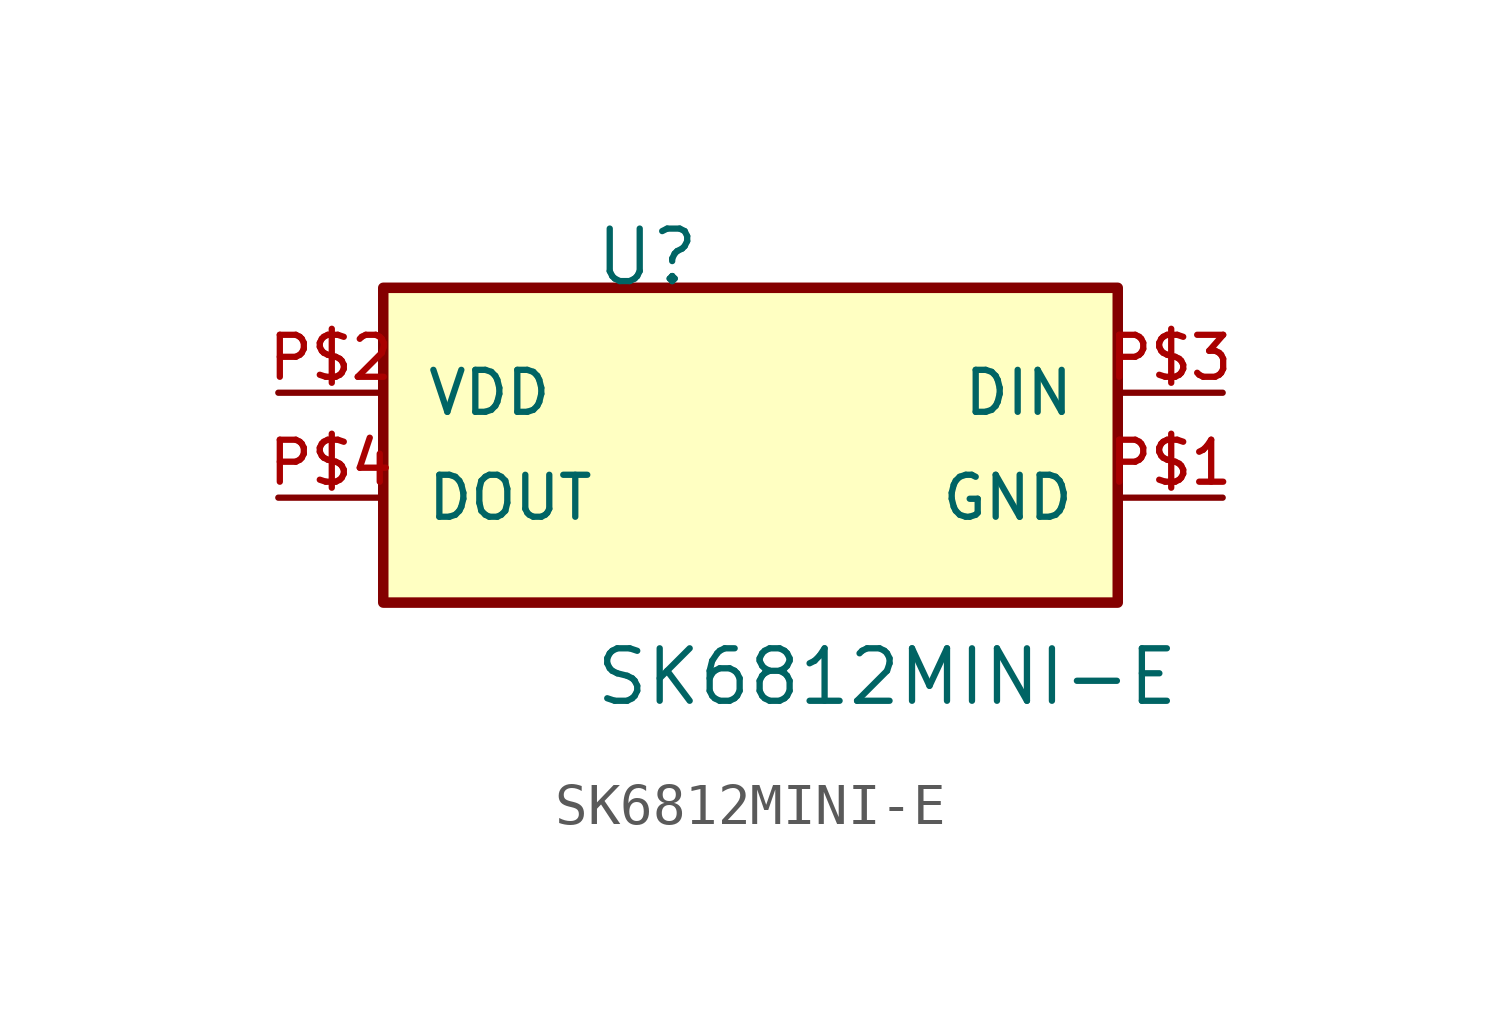
<source format=kicad_sym>
(kicad_symbol_lib
  (version 20211014)
  (generator kicad_symbol_editor)
  (symbol "SK6812MINI-E"
    (pin_names
      (offset 1.016))
    (property "Reference" "U"
      (at -2.54 2.54 0)
      (effects (font (size 1.27 1.27)) (justify bottom left)))
    (property "Value" "SK6812MINI-E"
      (at -2.54 -7.62 0)
      (effects (font (size 1.27 1.27)) (justify bottom left)))
    (symbol "SK6812MINI-E_0_0"
      (rectangle (start -7.62 -5.08) (end 10.16 2.54) (stroke (width 0.254)) (fill (type background)))
      (pin power_in line (at -10.16 0.0 0) (length 2.54) (name "VDD" (effects (font (size 1.016 1.016)))) (number "P$2" (effects (font (size 1.016 1.016)))))
      (pin output line (at -10.16 -2.54 0) (length 2.54) (name "DOUT" (effects (font (size 1.016 1.016)))) (number "P$4" (effects (font (size 1.016 1.016)))))
      (pin bidirectional line (at 12.7 -2.54 180.0) (length 2.54) (name "GND" (effects (font (size 1.016 1.016)))) (number "P$1" (effects (font (size 1.016 1.016)))))
      (pin power_in line (at 12.7 0.0 180.0) (length 2.54) (name "DIN" (effects (font (size 1.016 1.016)))) (number "P$3" (effects (font (size 1.016 1.016))))))))
</source>
